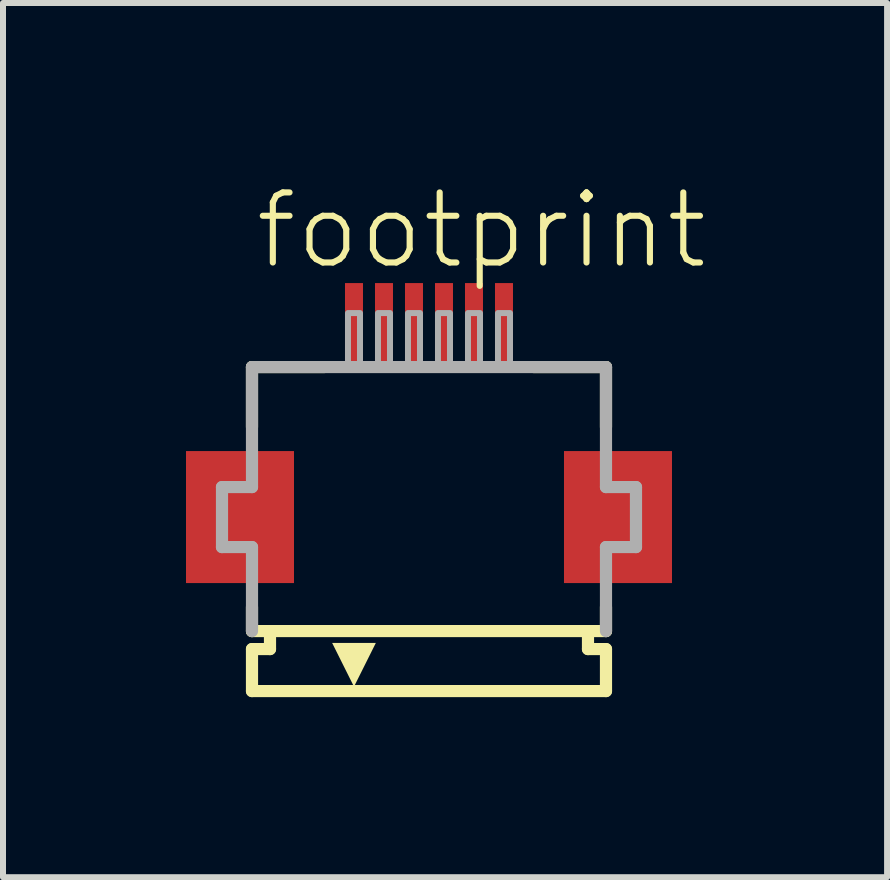
<source format=kicad_pcb>
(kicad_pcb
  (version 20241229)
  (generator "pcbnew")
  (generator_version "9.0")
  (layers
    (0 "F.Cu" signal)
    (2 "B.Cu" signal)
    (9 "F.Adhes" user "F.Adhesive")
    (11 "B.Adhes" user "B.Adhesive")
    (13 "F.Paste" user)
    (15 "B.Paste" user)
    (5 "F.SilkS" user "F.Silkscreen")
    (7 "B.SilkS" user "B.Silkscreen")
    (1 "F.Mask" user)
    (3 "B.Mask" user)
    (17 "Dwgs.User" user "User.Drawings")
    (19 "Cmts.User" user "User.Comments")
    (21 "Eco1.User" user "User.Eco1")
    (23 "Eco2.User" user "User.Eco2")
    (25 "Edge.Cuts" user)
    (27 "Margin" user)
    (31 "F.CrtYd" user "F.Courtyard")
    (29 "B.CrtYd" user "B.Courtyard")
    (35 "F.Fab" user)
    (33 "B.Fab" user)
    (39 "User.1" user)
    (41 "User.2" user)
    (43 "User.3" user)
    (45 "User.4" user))
  (footprint "footprint"
    (layer "F.Cu")
    (at 4.1 5.568)
    (property "Reference" "footprint" (at -2.948 -4.095 0) (layer "F.SilkS") (effects (font (size 1.168 1.168) (thickness 0.102)) (justify left bottom)))
    (fp_poly (pts (xy -2.25 -1.1) (xy -4.05 -1.1) (xy -4.05 1.1) (xy -2.25 1.1)) (stroke (width 0) (type solid)) (fill yes) (layer "F.Cu"))
    (fp_poly (pts (xy 4.05 -1.1) (xy 2.25 -1.1) (xy 2.25 1.1) (xy 4.05 1.1)) (stroke (width 0) (type solid)) (fill yes) (layer "F.Cu"))
    (fp_poly (pts (xy -2.2 -1.175) (xy -4.1 -1.175) (xy -4.1 1.175) (xy -2.2 1.175)) (stroke (width 0) (type solid)) (fill yes) (layer "F.Mask"))
    (fp_poly (pts (xy -1.45 -2.55) (xy -1.05 -2.55) (xy -1.05 -3.95) (xy -1.45 -3.95)) (stroke (width 0) (type solid)) (fill yes) (layer "F.Mask"))
    (fp_poly (pts (xy -0.95 -2.55) (xy -0.55 -2.55) (xy -0.55 -3.95) (xy -0.95 -3.95)) (stroke (width 0) (type solid)) (fill yes) (layer "F.Mask"))
    (fp_poly (pts (xy -0.45 -2.55) (xy -0.05 -2.55) (xy -0.05 -3.95) (xy -0.45 -3.95)) (stroke (width 0) (type solid)) (fill yes) (layer "F.Mask"))
    (fp_poly (pts (xy 0.05 -2.55) (xy 0.45 -2.55) (xy 0.45 -3.95) (xy 0.05 -3.95)) (stroke (width 0) (type solid)) (fill yes) (layer "F.Mask"))
    (fp_poly (pts (xy 0.55 -2.55) (xy 0.95 -2.55) (xy 0.95 -3.95) (xy 0.55 -3.95)) (stroke (width 0) (type solid)) (fill yes) (layer "F.Mask"))
    (fp_poly (pts (xy 1.05 -2.55) (xy 1.45 -2.55) (xy 1.45 -3.95) (xy 1.05 -3.95)) (stroke (width 0) (type solid)) (fill yes) (layer "F.Mask"))
    (fp_poly (pts (xy 4.1 -1.175) (xy 2.2 -1.175) (xy 2.2 1.175) (xy 4.1 1.175)) (stroke (width 0) (type solid)) (fill yes) (layer "F.Mask"))
    (fp_line (start -2.95 -2.5) (end -2.95 -1.5) (stroke (width 0.203) (type solid)) (layer "F.SilkS"))
    (fp_line (start -2.95 1.5) (end -2.95 1.9) (stroke (width 0.203) (type solid)) (layer "F.SilkS"))
    (fp_line (start -2.95 1.9) (end -2.65 1.9) (stroke (width 0.203) (type solid)) (layer "F.SilkS"))
    (fp_line (start -2.95 2.2) (end -2.95 2.9) (stroke (width 0.203) (type solid)) (layer "F.SilkS"))
    (fp_line (start -2.65 1.9) (end -2.65 2.2) (stroke (width 0.203) (type solid)) (layer "F.SilkS"))
    (fp_line (start -2.65 2.2) (end -2.95 2.2) (stroke (width 0.203) (type solid)) (layer "F.SilkS"))
    (fp_line (start -1.75 -2.5) (end -2.95 -2.5) (stroke (width 0.203) (type solid)) (layer "F.SilkS"))
    (fp_line (start 2.65 1.9) (end -2.65 1.9) (stroke (width 0.203) (type solid)) (layer "F.SilkS"))
    (fp_line (start 2.65 1.9) (end 2.95 1.9) (stroke (width 0.203) (type solid)) (layer "F.SilkS"))
    (fp_line (start 2.65 2.2) (end 2.65 1.9) (stroke (width 0.203) (type solid)) (layer "F.SilkS"))
    (fp_line (start 2.95 -2.5) (end 1.75 -2.5) (stroke (width 0.203) (type solid)) (layer "F.SilkS"))
    (fp_line (start 2.95 -1.5) (end 2.95 -2.5) (stroke (width 0.203) (type solid)) (layer "F.SilkS"))
    (fp_line (start 2.95 1.9) (end 2.95 1.5) (stroke (width 0.203) (type solid)) (layer "F.SilkS"))
    (fp_line (start 2.95 2.2) (end 2.65 2.2) (stroke (width 0.203) (type solid)) (layer "F.SilkS"))
    (fp_line (start 2.95 2.9) (end -2.95 2.9) (stroke (width 0.203) (type solid)) (layer "F.SilkS"))
    (fp_line (start 2.95 2.9) (end 2.95 2.2) (stroke (width 0.203) (type solid)) (layer "F.SilkS"))
    (fp_poly (pts (xy -1.25 2.827) (xy -1.614 2.098) (xy -0.886 2.098)) (stroke (width 0) (type solid)) (fill yes) (layer "F.SilkS"))
    (fp_poly (pts (xy -2.325 -1.025) (xy -3.975 -1.025) (xy -3.975 1.025) (xy -2.325 1.025)) (stroke (width 0) (type solid)) (fill yes) (layer "F.Paste"))
    (fp_poly (pts (xy -1.375 -2.625) (xy -1.125 -2.625) (xy -1.125 -3.875) (xy -1.375 -3.875)) (stroke (width 0) (type solid)) (fill yes) (layer "F.Paste"))
    (fp_poly (pts (xy -0.875 -2.625) (xy -0.625 -2.625) (xy -0.625 -3.875) (xy -0.875 -3.875)) (stroke (width 0) (type solid)) (fill yes) (layer "F.Paste"))
    (fp_poly (pts (xy -0.375 -2.625) (xy -0.125 -2.625) (xy -0.125 -3.875) (xy -0.375 -3.875)) (stroke (width 0) (type solid)) (fill yes) (layer "F.Paste"))
    (fp_poly (pts (xy 0.125 -2.625) (xy 0.375 -2.625) (xy 0.375 -3.875) (xy 0.125 -3.875)) (stroke (width 0) (type solid)) (fill yes) (layer "F.Paste"))
    (fp_poly (pts (xy 0.625 -2.625) (xy 0.875 -2.625) (xy 0.875 -3.875) (xy 0.625 -3.875)) (stroke (width 0) (type solid)) (fill yes) (layer "F.Paste"))
    (fp_poly (pts (xy 1.125 -2.625) (xy 1.375 -2.625) (xy 1.375 -3.875) (xy 1.125 -3.875)) (stroke (width 0) (type solid)) (fill yes) (layer "F.Paste"))
    (fp_poly (pts (xy 3.975 -1.025) (xy 2.325 -1.025) (xy 2.325 1.025) (xy 3.975 1.025)) (stroke (width 0) (type solid)) (fill yes) (layer "F.Paste"))
    (fp_line (start -3.45 -0.5) (end -3.45 0.5) (stroke (width 0.203) (type solid)) (layer "F.Fab"))
    (fp_line (start -3.45 0.5) (end -2.95 0.5) (stroke (width 0.203) (type solid)) (layer "F.Fab"))
    (fp_line (start -2.95 -2.5) (end -2.95 -0.5) (stroke (width 0.203) (type solid)) (layer "F.Fab"))
    (fp_line (start -2.95 -0.5) (end -3.45 -0.5) (stroke (width 0.203) (type solid)) (layer "F.Fab"))
    (fp_line (start -2.95 0.5) (end -2.95 1.9) (stroke (width 0.203) (type solid)) (layer "F.Fab"))
    (fp_line (start 2.95 -2.5) (end -2.95 -2.5) (stroke (width 0.203) (type solid)) (layer "F.Fab"))
    (fp_line (start 2.95 -0.5) (end 2.95 -2.5) (stroke (width 0.203) (type solid)) (layer "F.Fab"))
    (fp_line (start 2.95 0.5) (end 3.45 0.5) (stroke (width 0.203) (type solid)) (layer "F.Fab"))
    (fp_line (start 2.95 1.9) (end 2.95 0.5) (stroke (width 0.203) (type solid)) (layer "F.Fab"))
    (fp_line (start 3.45 -0.5) (end 2.95 -0.5) (stroke (width 0.203) (type solid)) (layer "F.Fab"))
    (fp_line (start 3.45 0.5) (end 3.45 -0.5) (stroke (width 0.203) (type solid)) (layer "F.Fab"))
    (fp_poly (pts (xy -1.35 -2.55) (xy -1.15 -2.55) (xy -1.15 -3.4) (xy -1.35 -3.4)) (stroke (width 0.1) (type solid)) (fill no) (layer "F.Fab"))
    (fp_poly (pts (xy -0.85 -2.55) (xy -0.65 -2.55) (xy -0.65 -3.4) (xy -0.85 -3.4)) (stroke (width 0.1) (type solid)) (fill no) (layer "F.Fab"))
    (fp_poly (pts (xy -0.35 -2.55) (xy -0.15 -2.55) (xy -0.15 -3.4) (xy -0.35 -3.4)) (stroke (width 0.1) (type solid)) (fill no) (layer "F.Fab"))
    (fp_poly (pts (xy 0.15 -2.55) (xy 0.35 -2.55) (xy 0.35 -3.4) (xy 0.15 -3.4)) (stroke (width 0.1) (type solid)) (fill no) (layer "F.Fab"))
    (fp_poly (pts (xy 0.65 -2.55) (xy 0.85 -2.55) (xy 0.85 -3.4) (xy 0.65 -3.4)) (stroke (width 0.1) (type solid)) (fill no) (layer "F.Fab"))
    (fp_poly (pts (xy 1.15 -2.55) (xy 1.35 -2.55) (xy 1.35 -3.4) (xy 1.15 -3.4)) (stroke (width 0.1) (type solid)) (fill no) (layer "F.Fab"))
    (pad "1" smd rect (at -1.25 -3.25) (size 0.3 1.3) (layers "F.Cu"))
    (pad "2" smd rect (at -0.75 -3.25) (size 0.3 1.3) (layers "F.Cu"))
    (pad "3" smd rect (at -0.25 -3.25) (size 0.3 1.3) (layers "F.Cu"))
    (pad "4" smd rect (at 0.25 -3.25) (size 0.3 1.3) (layers "F.Cu"))
    (pad "5" smd rect (at 0.75 -3.25) (size 0.3 1.3) (layers "F.Cu"))
    (pad "6" smd rect (at 1.25 -3.25) (size 0.3 1.3) (layers "F.Cu")))
  (gr_rect
    (start -3 -3)
    (end 11.735 11.57)
    (stroke (width 0.1) (type default))
    (fill no)
    (layer "Edge.Cuts")))
</source>
